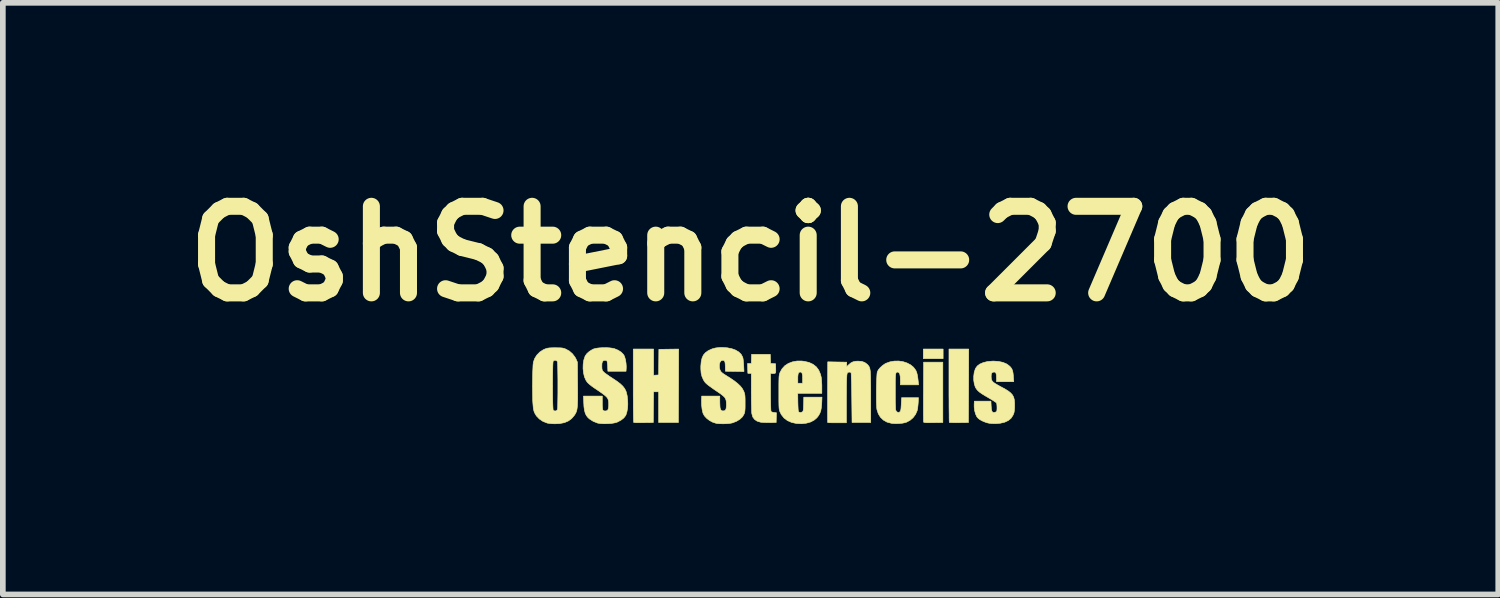
<source format=kicad_pcb>
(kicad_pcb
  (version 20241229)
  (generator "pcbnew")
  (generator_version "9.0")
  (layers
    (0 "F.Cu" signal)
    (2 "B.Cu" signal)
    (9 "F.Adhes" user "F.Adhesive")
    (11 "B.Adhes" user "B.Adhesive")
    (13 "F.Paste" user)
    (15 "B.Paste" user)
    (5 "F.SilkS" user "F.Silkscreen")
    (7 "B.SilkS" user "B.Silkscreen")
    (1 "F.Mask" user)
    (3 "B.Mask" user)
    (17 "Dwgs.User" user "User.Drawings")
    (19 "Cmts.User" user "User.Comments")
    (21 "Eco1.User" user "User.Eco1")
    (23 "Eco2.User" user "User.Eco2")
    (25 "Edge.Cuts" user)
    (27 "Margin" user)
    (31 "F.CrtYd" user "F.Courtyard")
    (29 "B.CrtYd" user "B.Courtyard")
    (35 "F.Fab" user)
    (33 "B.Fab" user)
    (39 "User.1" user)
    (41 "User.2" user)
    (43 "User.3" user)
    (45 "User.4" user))
  (footprint "OshStencil-2700"
    (layer "F.Cu")
    (at 10.567 3.718)
    (property "Reference" "OshStencil-2700" (at -0.4 -2.3 0) (layer "F.SilkS") (effects (font (size 1.524 1.524) (thickness 0.3))))
    (attr through_hole)
    (fp_poly (pts (xy 2.992 -0.452) (xy 2.643 -0.452) (xy 2.643 -0.621) (xy 2.992 -0.621) (xy 2.992 -0.452)) (stroke (width 0.01) (type solid)) (fill yes) (layer "F.SilkS"))
    (fp_poly (pts (xy 2.987 0.673) (xy 2.82 0.675) (xy 2.756 0.676) (xy 2.71 0.676) (xy 2.678 0.674) (xy 2.658 0.671) (xy 2.649 0.667) (xy 2.648 0.666) (xy 2.647 0.654) (xy 2.646 0.626) (xy 2.646 0.582) (xy 2.645 0.525) (xy 2.645 0.455) (xy 2.645 0.376) (xy 2.645 0.288) (xy 2.645 0.194) (xy 2.646 0.132) (xy 2.648 -0.39) (xy 2.987 -0.39) (xy 2.987 0.673)) (stroke (width 0.01) (type solid)) (fill yes) (layer "F.SilkS"))
    (fp_poly (pts (xy 3.441 0.026) (xy 3.438 0.673) (xy 3.273 0.675) (xy 3.219 0.676) (xy 3.172 0.675) (xy 3.134 0.674) (xy 3.11 0.673) (xy 3.102 0.671) (xy 3.1 0.661) (xy 3.099 0.633) (xy 3.098 0.59) (xy 3.098 0.533) (xy 3.097 0.463) (xy 3.096 0.382) (xy 3.096 0.291) (xy 3.095 0.192) (xy 3.095 0.087) (xy 3.095 0.022) (xy 3.095 -0.621) (xy 3.443 -0.621) (xy 3.441 0.026)) (stroke (width 0.01) (type solid)) (fill yes) (layer "F.SilkS"))
    (fp_poly (pts (xy -1.667 0.026) (xy -1.67 0.673) (xy -2.018 0.673) (xy -2.018 0.132) (xy -2.062 0.132) (xy -2.107 0.132) (xy -2.112 0.673) (xy -2.282 0.675) (xy -2.337 0.676) (xy -2.385 0.675) (xy -2.423 0.675) (xy -2.449 0.673) (xy -2.458 0.671) (xy -2.459 0.661) (xy -2.46 0.633) (xy -2.461 0.59) (xy -2.462 0.533) (xy -2.463 0.463) (xy -2.464 0.382) (xy -2.464 0.291) (xy -2.465 0.192) (xy -2.465 0.087) (xy -2.465 0.022) (xy -2.465 -0.621) (xy -2.107 -0.621) (xy -2.107 -0.159) (xy -2.063 -0.162) (xy -2.018 -0.165) (xy -2.016 -0.39) (xy -2.014 -0.616) (xy -1.665 -0.621) (xy -1.667 0.026)) (stroke (width 0.01) (type solid)) (fill yes) (layer "F.SilkS"))
    (fp_poly (pts (xy -0.049 -0.448) (xy -0.046 -0.368) (xy -0.002 -0.365) (xy 0.042 -0.362) (xy 0.044 -0.28) (xy 0.045 -0.24) (xy 0.044 -0.216) (xy 0.041 -0.202) (xy 0.034 -0.195) (xy 0.023 -0.192) (xy -0.006 -0.189) (xy -0.024 -0.19) (xy -0.047 -0.195) (xy -0.047 0.135) (xy -0.047 0.213) (xy -0.046 0.284) (xy -0.045 0.348) (xy -0.044 0.402) (xy -0.042 0.443) (xy -0.04 0.469) (xy -0.039 0.478) (xy -0.025 0.487) (xy 0.000013 0.494) (xy 0.013 0.496) (xy 0.057 0.501) (xy 0.054 0.587) (xy 0.052 0.673) (xy -0.061 0.674) (xy -0.111 0.674) (xy -0.16 0.672) (xy -0.201 0.67) (xy -0.224 0.667) (xy -0.283 0.649) (xy -0.328 0.619) (xy -0.36 0.576) (xy -0.376 0.521) (xy -0.379 0.499) (xy -0.381 0.46) (xy -0.382 0.408) (xy -0.384 0.344) (xy -0.385 0.273) (xy -0.385 0.196) (xy -0.386 0.136) (xy -0.386 -0.193) (xy -0.447 -0.193) (xy -0.45 -0.28) (xy -0.452 -0.367) (xy -0.386 -0.367) (xy -0.381 -0.528) (xy -0.052 -0.528) (xy -0.049 -0.448)) (stroke (width 0.01) (type solid)) (fill yes) (layer "F.SilkS"))
    (fp_poly (pts (xy 1.56 -0.403) (xy 1.611 -0.385) (xy 1.654 -0.354) (xy 1.668 -0.339) (xy 1.679 -0.326) (xy 1.688 -0.312) (xy 1.695 -0.297) (xy 1.701 -0.278) (xy 1.706 -0.254) (xy 1.71 -0.223) (xy 1.712 -0.183) (xy 1.714 -0.134) (xy 1.715 -0.072) (xy 1.716 0.003) (xy 1.717 0.093) (xy 1.717 0.201) (xy 1.717 0.221) (xy 1.717 0.673) (xy 1.388 0.673) (xy 1.383 0.24) (xy 1.382 0.151) (xy 1.38 0.068) (xy 1.379 -0.007) (xy 1.377 -0.074) (xy 1.375 -0.128) (xy 1.374 -0.17) (xy 1.372 -0.196) (xy 1.371 -0.205) (xy 1.355 -0.214) (xy 1.332 -0.215) (xy 1.312 -0.207) (xy 1.309 -0.204) (xy 1.305 -0.197) (xy 1.301 -0.186) (xy 1.298 -0.169) (xy 1.296 -0.145) (xy 1.294 -0.113) (xy 1.292 -0.07) (xy 1.291 -0.015) (xy 1.29 0.053) (xy 1.29 0.136) (xy 1.289 0.236) (xy 1.289 0.285) (xy 1.289 0.677) (xy 1.126 0.677) (xy 1.072 0.677) (xy 1.026 0.677) (xy 0.989 0.676) (xy 0.966 0.674) (xy 0.959 0.673) (xy 0.958 0.664) (xy 0.958 0.637) (xy 0.957 0.594) (xy 0.957 0.538) (xy 0.957 0.47) (xy 0.957 0.391) (xy 0.957 0.304) (xy 0.957 0.21) (xy 0.957 0.137) (xy 0.96 -0.396) (xy 1.294 -0.39) (xy 1.293 -0.311) (xy 1.326 -0.342) (xy 1.366 -0.376) (xy 1.405 -0.396) (xy 1.45 -0.406) (xy 1.496 -0.408) (xy 1.56 -0.403)) (stroke (width 0.01) (type solid)) (fill yes) (layer "F.SilkS"))
    (fp_poly (pts (xy 0.546 -0.405) (xy 0.631 -0.385) (xy 0.702 -0.352) (xy 0.759 -0.307) (xy 0.802 -0.249) (xy 0.832 -0.178) (xy 0.846 -0.122) (xy 0.85 -0.086) (xy 0.853 -0.038) (xy 0.856 0.014) (xy 0.856 0.05) (xy 0.856 0.16) (xy 0.432 0.16) (xy 0.434 0.32) (xy 0.436 0.381) (xy 0.438 0.425) (xy 0.44 0.456) (xy 0.444 0.476) (xy 0.448 0.486) (xy 0.452 0.489) (xy 0.48 0.498) (xy 0.51 0.488) (xy 0.513 0.485) (xy 0.521 0.478) (xy 0.526 0.466) (xy 0.53 0.447) (xy 0.532 0.417) (xy 0.534 0.374) (xy 0.535 0.349) (xy 0.538 0.226) (xy 0.859 0.226) (xy 0.854 0.337) (xy 0.848 0.409) (xy 0.837 0.468) (xy 0.819 0.516) (xy 0.792 0.56) (xy 0.767 0.591) (xy 0.717 0.633) (xy 0.654 0.665) (xy 0.581 0.685) (xy 0.5 0.694) (xy 0.415 0.69) (xy 0.409 0.69) (xy 0.323 0.671) (xy 0.249 0.638) (xy 0.19 0.593) (xy 0.143 0.534) (xy 0.119 0.486) (xy 0.113 0.471) (xy 0.109 0.457) (xy 0.105 0.439) (xy 0.103 0.417) (xy 0.101 0.387) (xy 0.1 0.348) (xy 0.099 0.298) (xy 0.099 0.233) (xy 0.099 0.152) (xy 0.099 0.141) (xy 0.099 0.058) (xy 0.099 -0.008) (xy 0.1 -0.06) (xy 0.101 -0.099) (xy 0.433 -0.099) (xy 0.433 -0.019) (xy 0.517 -0.019) (xy 0.517 -0.099) (xy 0.516 -0.15) (xy 0.511 -0.185) (xy 0.502 -0.205) (xy 0.487 -0.215) (xy 0.475 -0.216) (xy 0.457 -0.212) (xy 0.444 -0.198) (xy 0.437 -0.172) (xy 0.433 -0.132) (xy 0.433 -0.099) (xy 0.101 -0.099) (xy 0.101 -0.1) (xy 0.102 -0.13) (xy 0.105 -0.154) (xy 0.108 -0.172) (xy 0.112 -0.188) (xy 0.118 -0.204) (xy 0.121 -0.212) (xy 0.156 -0.274) (xy 0.204 -0.327) (xy 0.265 -0.367) (xy 0.337 -0.395) (xy 0.417 -0.41) (xy 0.503 -0.41) (xy 0.546 -0.405)) (stroke (width 0.01) (type solid)) (fill yes) (layer "F.SilkS"))
    (fp_poly (pts (xy 2.285 -0.399) (xy 2.356 -0.376) (xy 2.419 -0.343) (xy 2.471 -0.3) (xy 2.51 -0.248) (xy 2.513 -0.242) (xy 2.527 -0.208) (xy 2.538 -0.164) (xy 2.547 -0.107) (xy 2.554 -0.049) (xy 2.56 0.009) (xy 2.239 0.009) (xy 2.239 -0.078) (xy 2.237 -0.135) (xy 2.23 -0.175) (xy 2.219 -0.201) (xy 2.202 -0.213) (xy 2.196 -0.214) (xy 2.184 -0.215) (xy 2.174 -0.213) (xy 2.166 -0.207) (xy 2.16 -0.193) (xy 2.156 -0.172) (xy 2.153 -0.14) (xy 2.151 -0.096) (xy 2.15 -0.039) (xy 2.15 0.033) (xy 2.15 0.121) (xy 2.15 0.197) (xy 2.15 0.267) (xy 2.151 0.33) (xy 2.153 0.382) (xy 2.154 0.422) (xy 2.156 0.447) (xy 2.157 0.454) (xy 2.17 0.477) (xy 2.188 0.491) (xy 2.208 0.497) (xy 2.223 0.49) (xy 2.231 0.483) (xy 2.239 0.472) (xy 2.245 0.457) (xy 2.249 0.435) (xy 2.252 0.401) (xy 2.255 0.352) (xy 2.255 0.349) (xy 2.261 0.235) (xy 2.558 0.235) (xy 2.553 0.327) (xy 2.549 0.373) (xy 2.544 0.418) (xy 2.537 0.455) (xy 2.534 0.466) (xy 2.506 0.53) (xy 2.463 0.587) (xy 2.409 0.634) (xy 2.347 0.667) (xy 2.329 0.673) (xy 2.28 0.684) (xy 2.221 0.69) (xy 2.159 0.692) (xy 2.102 0.689) (xy 2.079 0.686) (xy 2.002 0.665) (xy 1.939 0.629) (xy 1.888 0.58) (xy 1.85 0.518) (xy 1.826 0.443) (xy 1.825 0.437) (xy 1.822 0.41) (xy 1.82 0.368) (xy 1.818 0.314) (xy 1.817 0.252) (xy 1.817 0.183) (xy 1.817 0.111) (xy 1.818 0.04) (xy 1.82 -0.029) (xy 1.822 -0.092) (xy 1.825 -0.145) (xy 1.828 -0.187) (xy 1.832 -0.215) (xy 1.834 -0.22) (xy 1.852 -0.256) (xy 1.884 -0.294) (xy 1.924 -0.33) (xy 1.968 -0.361) (xy 1.985 -0.37) (xy 2.057 -0.396) (xy 2.133 -0.409) (xy 2.21 -0.41) (xy 2.285 -0.399)) (stroke (width 0.01) (type solid)) (fill yes) (layer "F.SilkS"))
    (fp_poly (pts (xy 3.968 -0.403) (xy 4.047 -0.386) (xy 4.112 -0.358) (xy 4.147 -0.333) (xy 4.179 -0.304) (xy 4.2 -0.275) (xy 4.214 -0.243) (xy 4.223 -0.202) (xy 4.229 -0.148) (xy 4.229 -0.143) (xy 4.236 -0.047) (xy 3.932 -0.047) (xy 3.932 -0.114) (xy 3.93 -0.162) (xy 3.923 -0.194) (xy 3.91 -0.212) (xy 3.894 -0.216) (xy 3.866 -0.213) (xy 3.849 -0.2) (xy 3.84 -0.175) (xy 3.838 -0.137) (xy 3.84 -0.105) (xy 3.845 -0.079) (xy 3.857 -0.057) (xy 3.878 -0.035) (xy 3.91 -0.013) (xy 3.954 0.013) (xy 4.007 0.042) (xy 4.081 0.082) (xy 4.139 0.118) (xy 4.182 0.152) (xy 4.214 0.188) (xy 4.234 0.227) (xy 4.246 0.272) (xy 4.251 0.326) (xy 4.251 0.389) (xy 4.249 0.438) (xy 4.245 0.473) (xy 4.24 0.501) (xy 4.231 0.526) (xy 4.221 0.547) (xy 4.187 0.599) (xy 4.139 0.638) (xy 4.077 0.667) (xy 4 0.685) (xy 3.937 0.691) (xy 3.892 0.692) (xy 3.844 0.69) (xy 3.806 0.686) (xy 3.805 0.686) (xy 3.768 0.678) (xy 3.724 0.663) (xy 3.682 0.645) (xy 3.68 0.644) (xy 3.64 0.622) (xy 3.613 0.602) (xy 3.592 0.579) (xy 3.584 0.568) (xy 3.563 0.522) (xy 3.547 0.464) (xy 3.539 0.401) (xy 3.539 0.348) (xy 3.542 0.296) (xy 3.834 0.296) (xy 3.838 0.382) (xy 3.842 0.433) (xy 3.849 0.467) (xy 3.86 0.487) (xy 3.876 0.496) (xy 3.898 0.495) (xy 3.898 0.495) (xy 3.921 0.487) (xy 3.934 0.477) (xy 3.939 0.46) (xy 3.941 0.43) (xy 3.941 0.396) (xy 3.939 0.362) (xy 3.935 0.337) (xy 3.932 0.329) (xy 3.921 0.318) (xy 3.896 0.301) (xy 3.862 0.279) (xy 3.82 0.254) (xy 3.803 0.244) (xy 3.734 0.204) (xy 3.679 0.17) (xy 3.637 0.141) (xy 3.606 0.114) (xy 3.583 0.088) (xy 3.565 0.061) (xy 3.56 0.052) (xy 3.541 -0.006) (xy 3.531 -0.073) (xy 3.531 -0.144) (xy 3.54 -0.213) (xy 3.56 -0.274) (xy 3.562 -0.279) (xy 3.593 -0.322) (xy 3.639 -0.357) (xy 3.7 -0.383) (xy 3.773 -0.401) (xy 3.858 -0.408) (xy 3.876 -0.409) (xy 3.968 -0.403)) (stroke (width 0.01) (type solid)) (fill yes) (layer "F.SilkS"))
    (fp_poly (pts (xy -3.784 -0.643) (xy -3.744 -0.642) (xy -3.713 -0.639) (xy -3.688 -0.633) (xy -3.664 -0.625) (xy -3.657 -0.622) (xy -3.594 -0.588) (xy -3.538 -0.54) (xy -3.493 -0.482) (xy -3.475 -0.45) (xy -3.448 -0.39) (xy -3.445 -0.015) (xy -3.444 0.092) (xy -3.444 0.182) (xy -3.444 0.258) (xy -3.446 0.32) (xy -3.448 0.371) (xy -3.452 0.412) (xy -3.457 0.445) (xy -3.464 0.473) (xy -3.473 0.496) (xy -3.484 0.518) (xy -3.497 0.539) (xy -3.501 0.545) (xy -3.549 0.602) (xy -3.607 0.645) (xy -3.677 0.675) (xy -3.76 0.691) (xy -3.842 0.695) (xy -3.888 0.694) (xy -3.932 0.69) (xy -3.967 0.685) (xy -3.979 0.683) (xy -4.055 0.653) (xy -4.119 0.61) (xy -4.171 0.556) (xy -4.202 0.503) (xy -4.212 0.477) (xy -4.22 0.448) (xy -4.226 0.411) (xy -4.23 0.363) (xy -4.233 0.328) (xy -4.236 0.279) (xy -4.237 0.219) (xy -4.238 0.15) (xy -4.239 0.075) (xy -4.239 0.032) (xy -3.886 0.032) (xy -3.885 0.111) (xy -3.885 0.187) (xy -3.884 0.258) (xy -3.883 0.321) (xy -3.881 0.375) (xy -3.879 0.416) (xy -3.877 0.443) (xy -3.875 0.453) (xy -3.858 0.467) (xy -3.835 0.47) (xy -3.813 0.461) (xy -3.8 0.443) (xy -3.8 0.442) (xy -3.798 0.426) (xy -3.796 0.394) (xy -3.795 0.348) (xy -3.794 0.29) (xy -3.793 0.224) (xy -3.792 0.151) (xy -3.792 0.075) (xy -3.792 -0.004) (xy -3.792 -0.081) (xy -3.793 -0.156) (xy -3.794 -0.224) (xy -3.795 -0.285) (xy -3.796 -0.335) (xy -3.798 -0.373) (xy -3.799 -0.395) (xy -3.8 -0.399) (xy -3.816 -0.417) (xy -3.839 -0.424) (xy -3.862 -0.419) (xy -3.876 -0.405) (xy -3.878 -0.391) (xy -3.88 -0.361) (xy -3.882 -0.317) (xy -3.883 -0.261) (xy -3.884 -0.195) (xy -3.885 -0.123) (xy -3.885 -0.047) (xy -3.886 0.032) (xy -4.239 0.032) (xy -4.239 -0.003) (xy -4.238 -0.081) (xy -4.237 -0.157) (xy -4.235 -0.227) (xy -4.232 -0.288) (xy -4.23 -0.338) (xy -4.226 -0.373) (xy -4.225 -0.386) (xy -4.202 -0.453) (xy -4.163 -0.515) (xy -4.111 -0.568) (xy -4.047 -0.61) (xy -4.019 -0.622) (xy -3.994 -0.631) (xy -3.97 -0.637) (xy -3.941 -0.641) (xy -3.904 -0.643) (xy -3.853 -0.644) (xy -3.838 -0.644) (xy -3.784 -0.643)) (stroke (width 0.01) (type solid)) (fill yes) (layer "F.SilkS"))
    (fp_poly (pts (xy -2.881 -0.642) (xy -2.828 -0.635) (xy -2.794 -0.627) (xy -2.73 -0.6) (xy -2.677 -0.566) (xy -2.639 -0.527) (xy -2.629 -0.513) (xy -2.614 -0.477) (xy -2.601 -0.428) (xy -2.592 -0.372) (xy -2.588 -0.316) (xy -2.589 -0.277) (xy -2.592 -0.23) (xy -2.912 -0.23) (xy -2.916 -0.315) (xy -2.919 -0.354) (xy -2.923 -0.387) (xy -2.927 -0.407) (xy -2.929 -0.412) (xy -2.943 -0.42) (xy -2.964 -0.423) (xy -2.991 -0.417) (xy -3.008 -0.398) (xy -3.017 -0.364) (xy -3.018 -0.314) (xy -3.018 -0.309) (xy -3.016 -0.274) (xy -3.011 -0.251) (xy -3.002 -0.234) (xy -2.985 -0.217) (xy -2.976 -0.208) (xy -2.953 -0.19) (xy -2.919 -0.166) (xy -2.878 -0.137) (xy -2.833 -0.108) (xy -2.826 -0.103) (xy -2.752 -0.054) (xy -2.693 -0.009) (xy -2.649 0.033) (xy -2.617 0.074) (xy -2.595 0.117) (xy -2.588 0.136) (xy -2.572 0.202) (xy -2.564 0.274) (xy -2.561 0.348) (xy -2.565 0.419) (xy -2.576 0.483) (xy -2.592 0.535) (xy -2.599 0.55) (xy -2.632 0.593) (xy -2.681 0.631) (xy -2.741 0.663) (xy -2.754 0.669) (xy -2.797 0.68) (xy -2.852 0.689) (xy -2.915 0.693) (xy -2.979 0.694) (xy -3.038 0.691) (xy -3.087 0.684) (xy -3.095 0.682) (xy -3.17 0.652) (xy -3.236 0.61) (xy -3.266 0.582) (xy -3.291 0.55) (xy -3.31 0.51) (xy -3.324 0.459) (xy -3.333 0.396) (xy -3.337 0.322) (xy -3.342 0.207) (xy -3.01 0.207) (xy -3.01 0.32) (xy -3.01 0.366) (xy -3.007 0.407) (xy -3.004 0.437) (xy -3.001 0.452) (xy -2.984 0.467) (xy -2.959 0.47) (xy -2.932 0.466) (xy -2.914 0.452) (xy -2.903 0.426) (xy -2.898 0.385) (xy -2.897 0.355) (xy -2.898 0.317) (xy -2.902 0.287) (xy -2.91 0.26) (xy -2.924 0.235) (xy -2.947 0.211) (xy -2.98 0.183) (xy -3.025 0.15) (xy -3.083 0.11) (xy -3.095 0.102) (xy -3.153 0.063) (xy -3.198 0.031) (xy -3.231 0.005) (xy -3.256 -0.017) (xy -3.276 -0.038) (xy -3.291 -0.06) (xy -3.299 -0.073) (xy -3.325 -0.132) (xy -3.341 -0.202) (xy -3.349 -0.278) (xy -3.347 -0.355) (xy -3.336 -0.427) (xy -3.315 -0.49) (xy -3.311 -0.5) (xy -3.282 -0.54) (xy -3.24 -0.578) (xy -3.189 -0.61) (xy -3.162 -0.623) (xy -3.121 -0.634) (xy -3.068 -0.641) (xy -3.007 -0.645) (xy -2.943 -0.646) (xy -2.881 -0.642)) (stroke (width 0.01) (type solid)) (fill yes) (layer "F.SilkS"))
    (fp_poly (pts (xy -0.808 -0.643) (xy -0.729 -0.627) (xy -0.661 -0.602) (xy -0.605 -0.568) (xy -0.563 -0.526) (xy -0.538 -0.478) (xy -0.536 -0.473) (xy -0.531 -0.449) (xy -0.526 -0.412) (xy -0.522 -0.367) (xy -0.52 -0.331) (xy -0.515 -0.225) (xy -0.842 -0.23) (xy -0.844 -0.313) (xy -0.846 -0.362) (xy -0.851 -0.394) (xy -0.861 -0.413) (xy -0.876 -0.422) (xy -0.889 -0.423) (xy -0.917 -0.415) (xy -0.936 -0.391) (xy -0.947 -0.355) (xy -0.948 -0.308) (xy -0.946 -0.288) (xy -0.937 -0.252) (xy -0.92 -0.222) (xy -0.891 -0.195) (xy -0.847 -0.166) (xy -0.844 -0.164) (xy -0.756 -0.109) (xy -0.683 -0.059) (xy -0.625 -0.013) (xy -0.58 0.03) (xy -0.546 0.072) (xy -0.523 0.114) (xy -0.517 0.127) (xy -0.508 0.151) (xy -0.502 0.174) (xy -0.498 0.201) (xy -0.496 0.234) (xy -0.495 0.279) (xy -0.495 0.329) (xy -0.495 0.389) (xy -0.496 0.434) (xy -0.499 0.468) (xy -0.503 0.493) (xy -0.509 0.515) (xy -0.511 0.519) (xy -0.54 0.57) (xy -0.586 0.614) (xy -0.646 0.651) (xy -0.718 0.679) (xy -0.731 0.682) (xy -0.77 0.689) (xy -0.821 0.693) (xy -0.877 0.695) (xy -0.933 0.694) (xy -0.981 0.691) (xy -1.009 0.686) (xy -1.069 0.666) (xy -1.125 0.635) (xy -1.174 0.597) (xy -1.213 0.554) (xy -1.236 0.51) (xy -1.237 0.509) (xy -1.253 0.439) (xy -1.262 0.357) (xy -1.263 0.28) (xy -1.26 0.207) (xy -0.941 0.207) (xy -0.941 0.313) (xy -0.939 0.371) (xy -0.936 0.413) (xy -0.928 0.441) (xy -0.916 0.458) (xy -0.899 0.467) (xy -0.888 0.468) (xy -0.861 0.467) (xy -0.841 0.453) (xy -0.83 0.427) (xy -0.825 0.385) (xy -0.824 0.352) (xy -0.826 0.312) (xy -0.831 0.279) (xy -0.841 0.252) (xy -0.858 0.226) (xy -0.885 0.201) (xy -0.923 0.171) (xy -0.975 0.135) (xy -0.981 0.131) (xy -1.046 0.087) (xy -1.096 0.051) (xy -1.135 0.023) (xy -1.165 -0.001) (xy -1.187 -0.021) (xy -1.204 -0.04) (xy -1.217 -0.059) (xy -1.229 -0.079) (xy -1.23 -0.081) (xy -1.255 -0.138) (xy -1.27 -0.199) (xy -1.275 -0.269) (xy -1.275 -0.322) (xy -1.268 -0.401) (xy -1.253 -0.464) (xy -1.23 -0.515) (xy -1.196 -0.555) (xy -1.15 -0.589) (xy -1.132 -0.599) (xy -1.076 -0.624) (xy -1.017 -0.64) (xy -0.949 -0.648) (xy -0.896 -0.649) (xy -0.808 -0.643)) (stroke (width 0.01) (type solid)) (fill yes) (layer "F.SilkS")))
  (gr_rect
    (start -3 -3)
    (end 23.335 7.418)
    (stroke (width 0.1) (type default))
    (fill no)
    (layer "Edge.Cuts")))
</source>
